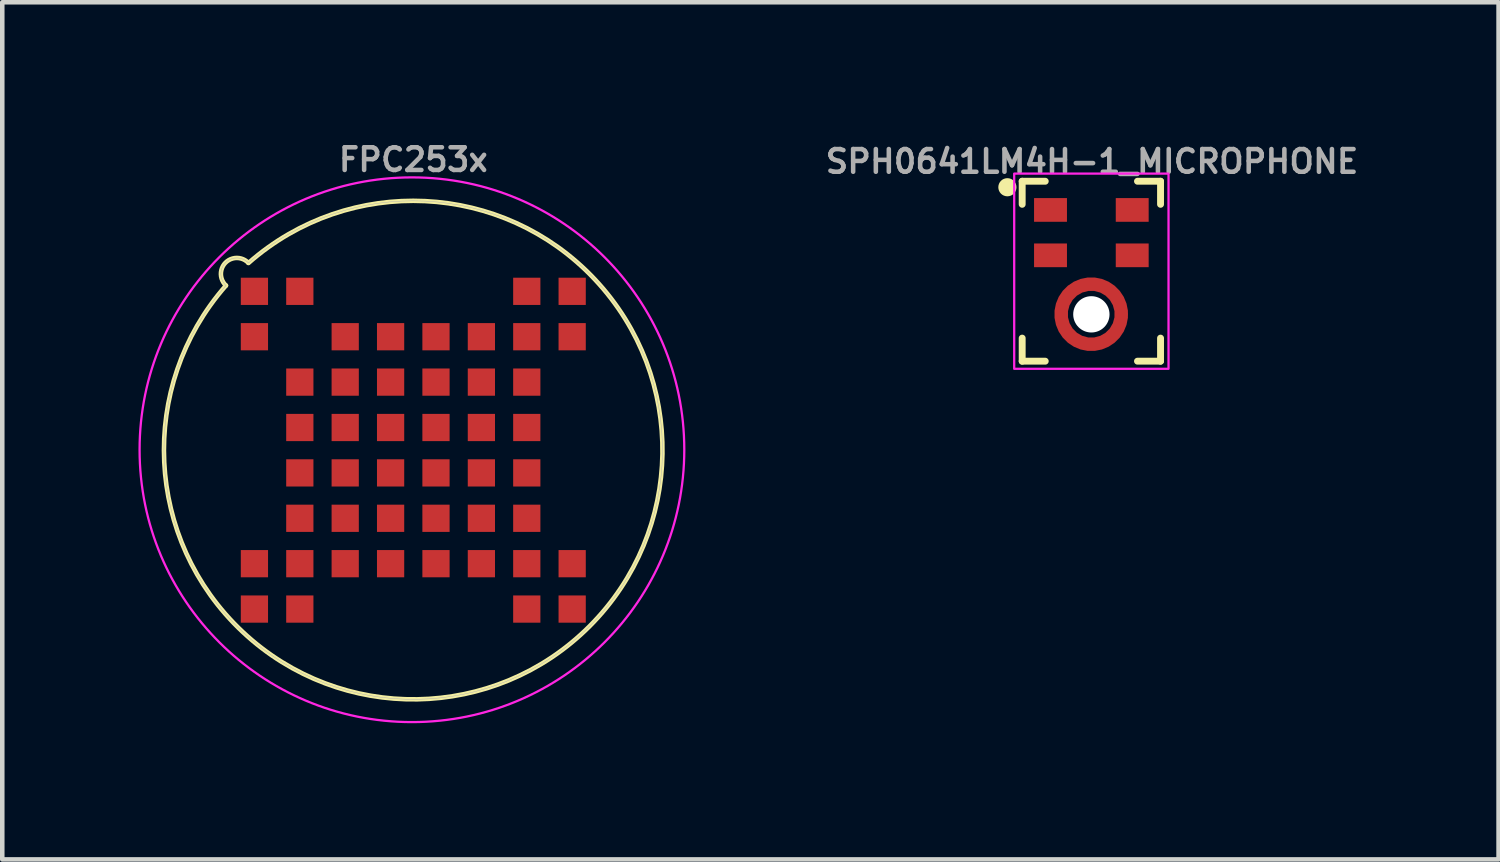
<source format=kicad_pcb>
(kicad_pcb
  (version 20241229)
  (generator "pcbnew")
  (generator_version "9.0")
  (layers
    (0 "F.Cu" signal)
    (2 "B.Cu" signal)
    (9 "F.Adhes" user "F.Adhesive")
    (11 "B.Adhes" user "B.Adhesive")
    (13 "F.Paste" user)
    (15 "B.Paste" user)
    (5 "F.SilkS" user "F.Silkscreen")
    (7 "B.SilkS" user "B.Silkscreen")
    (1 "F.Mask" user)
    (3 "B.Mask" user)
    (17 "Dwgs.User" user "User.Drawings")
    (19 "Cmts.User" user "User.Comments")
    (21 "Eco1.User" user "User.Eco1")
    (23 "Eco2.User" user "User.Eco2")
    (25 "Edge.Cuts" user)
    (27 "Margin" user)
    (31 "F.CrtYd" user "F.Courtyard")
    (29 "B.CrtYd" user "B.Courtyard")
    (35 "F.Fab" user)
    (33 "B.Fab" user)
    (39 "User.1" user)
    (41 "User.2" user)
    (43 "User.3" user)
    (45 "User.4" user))
  (footprint "SPH0641LM4H-1_MICROPHONE"
    (layer "F.Cu")
    (at 20.993 2.875)
    (property "Reference" "SPH0641LM4H-1_MICROPHONE" (at 0.014 -2.075 0) (unlocked yes) (layer "F.Fab") (effects (font (size 0.5 0.5) (thickness 0.1) (bold yes)) (justify bottom)))
    (attr smd)
    (fp_circle (center 0 1) (end 0.662 1) (stroke (width 0.6) (type solid)) (fill no) (layer "F.Mask"))
    (fp_line (start -1.524 -1.932) (end -1.524 -1.424) (stroke (width 0.152) (type solid)) (layer "F.SilkS"))
    (fp_line (start -1.524 1.524) (end -1.524 2.032) (stroke (width 0.152) (type solid)) (layer "F.SilkS"))
    (fp_line (start -1.524 2.032) (end -1.016 2.032) (stroke (width 0.152) (type solid)) (layer "F.SilkS"))
    (fp_line (start -1.016 -1.932) (end -1.524 -1.932) (stroke (width 0.152) (type solid)) (layer "F.SilkS"))
    (fp_line (start 1.016 -1.932) (end 1.524 -1.932) (stroke (width 0.152) (type solid)) (layer "F.SilkS"))
    (fp_line (start 1.524 -1.424) (end 1.524 -1.932) (stroke (width 0.152) (type solid)) (layer "F.SilkS"))
    (fp_line (start 1.524 1.524) (end 1.524 2.032) (stroke (width 0.152) (type solid)) (layer "F.SilkS"))
    (fp_line (start 1.524 2.032) (end 1.016 2.032) (stroke (width 0.152) (type solid)) (layer "F.SilkS"))
    (fp_circle (center -1.85 -1.8) (end -1.75 -1.8) (stroke (width 0.2) (type default)) (fill no) (layer "F.SilkS"))
    (fp_arc (start -0.614999 1.265) (mid -0.669947 0.993907) (end -0.612539 0.723325) (stroke (width 0.3) (type default)) (layer "F.Paste"))
    (fp_arc (start -0.269 0.383) (mid 0.002093 0.328052) (end 0.272675 0.38546) (stroke (width 0.3) (type default)) (layer "F.Paste"))
    (fp_arc (start 0.27 1.604999) (mid -0.001093 1.659947) (end -0.271675 1.602539) (stroke (width 0.3) (type default)) (layer "F.Paste"))
    (fp_arc (start 0.607 0.726) (mid 0.661948 0.997093) (end 0.60454 1.267675) (stroke (width 0.3) (type default)) (layer "F.Paste"))
    (fp_rect (start -1.7 -2.1) (end 1.7 2.2) (stroke (width 0.05) (type default)) (fill no) (layer "F.CrtYd"))
    (pad "" np_thru_hole circle (at 0 1) (size 0.8 0.8) (drill 0.8) (layers "*.Cu" "*.Mask"))
    (pad "1" smd rect (at -0.9 -1.3) (size 0.725 0.522) (layers "F.Cu" "F.Mask" "F.Paste"))
    (pad "2" smd rect (at -0.9 -0.3) (size 0.725 0.522) (layers "F.Cu" "F.Mask" "F.Paste"))
    (pad "3" smd custom (at 0.659 0.997 90) (size 0.3 0.3) (layers "F.Cu" "F.Mask") (options (anchor circle)) (primitives (gr_circle (center 0 -0.662) (end 0.662 -0.662) (width 0.3) (fill no))))
    (pad "4" smd rect (at 0.9 -0.3) (size 0.725 0.522) (layers "F.Cu" "F.Mask" "F.Paste"))
    (pad "5" smd rect (at 0.9 -1.3) (size 0.725 0.522) (layers "F.Cu" "F.Mask" "F.Paste")))
  (footprint "FPC253x"
    (layer "F.Cu")
    (at 6.055 6.868)
    (property "Reference" "FPC253x" (at 0 -6.4 0) (layer "F.Fab") (effects (font (size 0.5 0.5) (thickness 0.1))))
    (attr smd)
    (fp_poly (pts (xy -3.85 -3.85) (xy -3.15 -3.85) (xy -3.15 -3.15) (xy -3.85 -3.15)) (stroke (width 0.01) (type solid)) (fill yes) (layer "F.Mask"))
    (fp_poly (pts (xy -3.85 -2.85) (xy -3.15 -2.85) (xy -3.15 -2.15) (xy -3.85 -2.15)) (stroke (width 0.01) (type solid)) (fill yes) (layer "F.Mask"))
    (fp_poly (pts (xy -3.85 2.15) (xy -3.15 2.15) (xy -3.15 2.85) (xy -3.85 2.85)) (stroke (width 0.01) (type solid)) (fill yes) (layer "F.Mask"))
    (fp_poly (pts (xy -3.85 3.15) (xy -3.15 3.15) (xy -3.15 3.85) (xy -3.85 3.85)) (stroke (width 0.01) (type solid)) (fill yes) (layer "F.Mask"))
    (fp_poly (pts (xy -2.85 -3.85) (xy -2.15 -3.85) (xy -2.15 -3.15) (xy -2.85 -3.15)) (stroke (width 0.01) (type solid)) (fill yes) (layer "F.Mask"))
    (fp_poly (pts (xy -2.85 -1.85) (xy -2.15 -1.85) (xy -2.15 -1.15) (xy -2.85 -1.15)) (stroke (width 0.01) (type solid)) (fill yes) (layer "F.Mask"))
    (fp_poly (pts (xy -2.85 -0.85) (xy -2.15 -0.85) (xy -2.15 -0.15) (xy -2.85 -0.15)) (stroke (width 0.01) (type solid)) (fill yes) (layer "F.Mask"))
    (fp_poly (pts (xy -2.85 0.15) (xy -2.15 0.15) (xy -2.15 0.85) (xy -2.85 0.85)) (stroke (width 0.01) (type solid)) (fill yes) (layer "F.Mask"))
    (fp_poly (pts (xy -2.85 1.15) (xy -2.15 1.15) (xy -2.15 1.85) (xy -2.85 1.85)) (stroke (width 0.01) (type solid)) (fill yes) (layer "F.Mask"))
    (fp_poly (pts (xy -2.85 2.15) (xy -2.15 2.15) (xy -2.15 2.85) (xy -2.85 2.85)) (stroke (width 0.01) (type solid)) (fill yes) (layer "F.Mask"))
    (fp_poly (pts (xy -2.85 3.15) (xy -2.15 3.15) (xy -2.15 3.85) (xy -2.85 3.85)) (stroke (width 0.01) (type solid)) (fill yes) (layer "F.Mask"))
    (fp_poly (pts (xy -1.85 -2.85) (xy -1.15 -2.85) (xy -1.15 -2.15) (xy -1.85 -2.15)) (stroke (width 0.01) (type solid)) (fill yes) (layer "F.Mask"))
    (fp_poly (pts (xy -1.85 -1.85) (xy -1.15 -1.85) (xy -1.15 -1.15) (xy -1.85 -1.15)) (stroke (width 0.01) (type solid)) (fill yes) (layer "F.Mask"))
    (fp_poly (pts (xy -1.85 -0.85) (xy -1.15 -0.85) (xy -1.15 -0.15) (xy -1.85 -0.15)) (stroke (width 0.01) (type solid)) (fill yes) (layer "F.Mask"))
    (fp_poly (pts (xy -1.85 0.15) (xy -1.15 0.15) (xy -1.15 0.85) (xy -1.85 0.85)) (stroke (width 0.01) (type solid)) (fill yes) (layer "F.Mask"))
    (fp_poly (pts (xy -1.85 1.15) (xy -1.15 1.15) (xy -1.15 1.85) (xy -1.85 1.85)) (stroke (width 0.01) (type solid)) (fill yes) (layer "F.Mask"))
    (fp_poly (pts (xy -1.85 2.15) (xy -1.15 2.15) (xy -1.15 2.85) (xy -1.85 2.85)) (stroke (width 0.01) (type solid)) (fill yes) (layer "F.Mask"))
    (fp_poly (pts (xy -0.85 -2.85) (xy -0.15 -2.85) (xy -0.15 -2.15) (xy -0.85 -2.15)) (stroke (width 0.01) (type solid)) (fill yes) (layer "F.Mask"))
    (fp_poly (pts (xy -0.85 -1.85) (xy -0.15 -1.85) (xy -0.15 -1.15) (xy -0.85 -1.15)) (stroke (width 0.01) (type solid)) (fill yes) (layer "F.Mask"))
    (fp_poly (pts (xy -0.85 -0.85) (xy -0.15 -0.85) (xy -0.15 -0.15) (xy -0.85 -0.15)) (stroke (width 0.01) (type solid)) (fill yes) (layer "F.Mask"))
    (fp_poly (pts (xy -0.85 0.15) (xy -0.15 0.15) (xy -0.15 0.85) (xy -0.85 0.85)) (stroke (width 0.01) (type solid)) (fill yes) (layer "F.Mask"))
    (fp_poly (pts (xy -0.85 1.15) (xy -0.15 1.15) (xy -0.15 1.85) (xy -0.85 1.85)) (stroke (width 0.01) (type solid)) (fill yes) (layer "F.Mask"))
    (fp_poly (pts (xy -0.85 2.15) (xy -0.15 2.15) (xy -0.15 2.85) (xy -0.85 2.85)) (stroke (width 0.01) (type solid)) (fill yes) (layer "F.Mask"))
    (fp_poly (pts (xy 0.15 -2.85) (xy 0.85 -2.85) (xy 0.85 -2.15) (xy 0.15 -2.15)) (stroke (width 0.01) (type solid)) (fill yes) (layer "F.Mask"))
    (fp_poly (pts (xy 0.15 -1.85) (xy 0.85 -1.85) (xy 0.85 -1.15) (xy 0.15 -1.15)) (stroke (width 0.01) (type solid)) (fill yes) (layer "F.Mask"))
    (fp_poly (pts (xy 0.15 -0.85) (xy 0.85 -0.85) (xy 0.85 -0.15) (xy 0.15 -0.15)) (stroke (width 0.01) (type solid)) (fill yes) (layer "F.Mask"))
    (fp_poly (pts (xy 0.15 0.15) (xy 0.85 0.15) (xy 0.85 0.85) (xy 0.15 0.85)) (stroke (width 0.01) (type solid)) (fill yes) (layer "F.Mask"))
    (fp_poly (pts (xy 0.15 1.15) (xy 0.85 1.15) (xy 0.85 1.85) (xy 0.15 1.85)) (stroke (width 0.01) (type solid)) (fill yes) (layer "F.Mask"))
    (fp_poly (pts (xy 0.15 2.15) (xy 0.85 2.15) (xy 0.85 2.85) (xy 0.15 2.85)) (stroke (width 0.01) (type solid)) (fill yes) (layer "F.Mask"))
    (fp_poly (pts (xy 1.15 -2.85) (xy 1.85 -2.85) (xy 1.85 -2.15) (xy 1.15 -2.15)) (stroke (width 0.01) (type solid)) (fill yes) (layer "F.Mask"))
    (fp_poly (pts (xy 1.15 -1.85) (xy 1.85 -1.85) (xy 1.85 -1.15) (xy 1.15 -1.15)) (stroke (width 0.01) (type solid)) (fill yes) (layer "F.Mask"))
    (fp_poly (pts (xy 1.15 -0.85) (xy 1.85 -0.85) (xy 1.85 -0.15) (xy 1.15 -0.15)) (stroke (width 0.01) (type solid)) (fill yes) (layer "F.Mask"))
    (fp_poly (pts (xy 1.15 0.15) (xy 1.85 0.15) (xy 1.85 0.85) (xy 1.15 0.85)) (stroke (width 0.01) (type solid)) (fill yes) (layer "F.Mask"))
    (fp_poly (pts (xy 1.15 1.15) (xy 1.85 1.15) (xy 1.85 1.85) (xy 1.15 1.85)) (stroke (width 0.01) (type solid)) (fill yes) (layer "F.Mask"))
    (fp_poly (pts (xy 1.15 2.15) (xy 1.85 2.15) (xy 1.85 2.85) (xy 1.15 2.85)) (stroke (width 0.01) (type solid)) (fill yes) (layer "F.Mask"))
    (fp_poly (pts (xy 2.15 -3.85) (xy 2.85 -3.85) (xy 2.85 -3.15) (xy 2.15 -3.15)) (stroke (width 0.01) (type solid)) (fill yes) (layer "F.Mask"))
    (fp_poly (pts (xy 2.15 -2.85) (xy 2.85 -2.85) (xy 2.85 -2.15) (xy 2.15 -2.15)) (stroke (width 0.01) (type solid)) (fill yes) (layer "F.Mask"))
    (fp_poly (pts (xy 2.15 -1.85) (xy 2.85 -1.85) (xy 2.85 -1.15) (xy 2.15 -1.15)) (stroke (width 0.01) (type solid)) (fill yes) (layer "F.Mask"))
    (fp_poly (pts (xy 2.15 -0.85) (xy 2.85 -0.85) (xy 2.85 -0.15) (xy 2.15 -0.15)) (stroke (width 0.01) (type solid)) (fill yes) (layer "F.Mask"))
    (fp_poly (pts (xy 2.15 0.15) (xy 2.85 0.15) (xy 2.85 0.85) (xy 2.15 0.85)) (stroke (width 0.01) (type solid)) (fill yes) (layer "F.Mask"))
    (fp_poly (pts (xy 2.15 1.15) (xy 2.85 1.15) (xy 2.85 1.85) (xy 2.15 1.85)) (stroke (width 0.01) (type solid)) (fill yes) (layer "F.Mask"))
    (fp_poly (pts (xy 2.15 2.15) (xy 2.85 2.15) (xy 2.85 2.85) (xy 2.15 2.85)) (stroke (width 0.01) (type solid)) (fill yes) (layer "F.Mask"))
    (fp_poly (pts (xy 2.15 3.15) (xy 2.85 3.15) (xy 2.85 3.85) (xy 2.15 3.85)) (stroke (width 0.01) (type solid)) (fill yes) (layer "F.Mask"))
    (fp_poly (pts (xy 3.15 -3.85) (xy 3.85 -3.85) (xy 3.85 -3.15) (xy 3.15 -3.15)) (stroke (width 0.01) (type solid)) (fill yes) (layer "F.Mask"))
    (fp_poly (pts (xy 3.15 -2.85) (xy 3.85 -2.85) (xy 3.85 -2.15) (xy 3.15 -2.15)) (stroke (width 0.01) (type solid)) (fill yes) (layer "F.Mask"))
    (fp_poly (pts (xy 3.15 2.15) (xy 3.85 2.15) (xy 3.85 2.85) (xy 3.15 2.85)) (stroke (width 0.01) (type solid)) (fill yes) (layer "F.Mask"))
    (fp_poly (pts (xy 3.15 3.15) (xy 3.85 3.15) (xy 3.85 3.85) (xy 3.15 3.85)) (stroke (width 0.01) (type solid)) (fill yes) (layer "F.Mask"))
    (fp_arc (start -4.126716 -3.627629) (mid -4.139326 -4.131274) (end -3.63553 -4.128781) (stroke (width 0.1) (type default)) (layer "F.SilkS"))
    (fp_arc (start -3.631055 -4.1237) (mid 3.882395 3.879168) (end -4.126715 -3.627629) (stroke (width 0.1) (type solid)) (layer "F.SilkS"))
    (fp_circle (center -0.03 -0.01) (end 5.97 -0.01) (stroke (width 0.05) (type solid)) (fill no) (layer "F.CrtYd"))
    (fp_arc (start -4.126716 -3.627629) (mid -4.139326 -4.131274) (end -3.63553 -4.128781) (stroke (width 0.01) (type default)) (layer "F.Fab"))
    (fp_arc (start -3.631055 -4.1237) (mid 3.882395 3.879168) (end -4.126715 -3.627629) (stroke (width 0.01) (type solid)) (layer "F.Fab"))
    (pad "A1" smd rect (at -3.5 -3.5) (size 0.6 0.6) (layers "F.Cu" "F.Paste"))
    (pad "A2" smd rect (at -2.5 -3.5) (size 0.6 0.6) (layers "F.Cu" "F.Paste"))
    (pad "A7" smd rect (at 2.5 -3.5) (size 0.6 0.6) (layers "F.Cu" "F.Paste"))
    (pad "A8" smd rect (at 3.5 -3.5) (size 0.6 0.6) (layers "F.Cu" "F.Paste"))
    (pad "B1" smd rect (at -3.5 -2.5) (size 0.6 0.6) (layers "F.Cu" "F.Paste"))
    (pad "B3" smd rect (at -1.5 -2.5) (size 0.6 0.6) (layers "F.Cu" "F.Paste"))
    (pad "B4" smd rect (at -0.5 -2.5) (size 0.6 0.6) (layers "F.Cu" "F.Paste"))
    (pad "B5" smd rect (at 0.5 -2.5) (size 0.6 0.6) (layers "F.Cu" "F.Paste"))
    (pad "B6" smd rect (at 1.5 -2.5) (size 0.6 0.6) (layers "F.Cu" "F.Paste"))
    (pad "B7" smd rect (at 2.5 -2.5) (size 0.6 0.6) (layers "F.Cu" "F.Paste"))
    (pad "B8" smd rect (at 3.5 -2.5) (size 0.6 0.6) (layers "F.Cu" "F.Paste"))
    (pad "C2" smd rect (at -2.5 -1.5) (size 0.6 0.6) (layers "F.Cu" "F.Paste"))
    (pad "C3" smd rect (at -1.5 -1.5) (size 0.6 0.6) (layers "F.Cu" "F.Paste"))
    (pad "C4" smd rect (at -0.5 -1.5) (size 0.6 0.6) (layers "F.Cu" "F.Paste"))
    (pad "C5" smd rect (at 0.5 -1.5) (size 0.6 0.6) (layers "F.Cu" "F.Paste"))
    (pad "C6" smd rect (at 1.5 -1.5) (size 0.6 0.6) (layers "F.Cu" "F.Paste"))
    (pad "C7" smd rect (at 2.5 -1.5) (size 0.6 0.6) (layers "F.Cu" "F.Paste"))
    (pad "D2" smd rect (at -2.5 -0.5) (size 0.6 0.6) (layers "F.Cu" "F.Paste"))
    (pad "D3" smd rect (at -1.5 -0.5) (size 0.6 0.6) (layers "F.Cu" "F.Paste"))
    (pad "D4" smd rect (at -0.5 -0.5) (size 0.6 0.6) (layers "F.Cu" "F.Paste"))
    (pad "D5" smd rect (at 0.5 -0.5) (size 0.6 0.6) (layers "F.Cu" "F.Paste"))
    (pad "D6" smd rect (at 1.5 -0.5) (size 0.6 0.6) (layers "F.Cu" "F.Paste"))
    (pad "D7" smd rect (at 2.5 -0.5) (size 0.6 0.6) (layers "F.Cu" "F.Paste"))
    (pad "E2" smd rect (at -2.5 0.5) (size 0.6 0.6) (layers "F.Cu" "F.Paste"))
    (pad "E3" smd rect (at -1.5 0.5) (size 0.6 0.6) (layers "F.Cu" "F.Paste"))
    (pad "E4" smd rect (at -0.5 0.5) (size 0.6 0.6) (layers "F.Cu" "F.Paste"))
    (pad "E5" smd rect (at 0.5 0.5) (size 0.6 0.6) (layers "F.Cu" "F.Paste"))
    (pad "E6" smd rect (at 1.5 0.5) (size 0.6 0.6) (layers "F.Cu" "F.Paste"))
    (pad "E7" smd rect (at 2.5 0.5) (size 0.6 0.6) (layers "F.Cu" "F.Paste"))
    (pad "F2" smd rect (at -2.5 1.5) (size 0.6 0.6) (layers "F.Cu" "F.Paste"))
    (pad "F3" smd rect (at -1.5 1.5) (size 0.6 0.6) (layers "F.Cu" "F.Paste"))
    (pad "F4" smd rect (at -0.5 1.5) (size 0.6 0.6) (layers "F.Cu" "F.Paste"))
    (pad "F5" smd rect (at 0.5 1.5) (size 0.6 0.6) (layers "F.Cu" "F.Paste"))
    (pad "F6" smd rect (at 1.5 1.5) (size 0.6 0.6) (layers "F.Cu" "F.Paste"))
    (pad "F7" smd rect (at 2.5 1.5) (size 0.6 0.6) (layers "F.Cu" "F.Paste"))
    (pad "G1" smd rect (at -3.5 2.5) (size 0.6 0.6) (layers "F.Cu" "F.Paste"))
    (pad "G2" smd rect (at -2.5 2.5) (size 0.6 0.6) (layers "F.Cu" "F.Paste"))
    (pad "G3" smd rect (at -1.5 2.5) (size 0.6 0.6) (layers "F.Cu" "F.Paste"))
    (pad "G4" smd rect (at -0.5 2.5) (size 0.6 0.6) (layers "F.Cu" "F.Paste"))
    (pad "G5" smd rect (at 0.5 2.5) (size 0.6 0.6) (layers "F.Cu" "F.Paste"))
    (pad "G6" smd rect (at 1.5 2.5) (size 0.6 0.6) (layers "F.Cu" "F.Paste"))
    (pad "G7" smd rect (at 2.5 2.5) (size 0.6 0.6) (layers "F.Cu" "F.Paste"))
    (pad "G8" smd rect (at 3.5 2.5) (size 0.6 0.6) (layers "F.Cu" "F.Paste"))
    (pad "H1" smd rect (at -3.5 3.5) (size 0.6 0.6) (layers "F.Cu" "F.Paste"))
    (pad "H2" smd rect (at -2.5 3.5) (size 0.6 0.6) (layers "F.Cu" "F.Paste"))
    (pad "H7" smd rect (at 2.5 3.5) (size 0.6 0.6) (layers "F.Cu" "F.Paste"))
    (pad "H8" smd rect (at 3.5 3.5) (size 0.6 0.6) (layers "F.Cu" "F.Paste")))
  (gr_rect
    (start -3 -3)
    (end 29.964 15.883)
    (stroke (width 0.1) (type default))
    (fill no)
    (layer "Edge.Cuts")))
</source>
